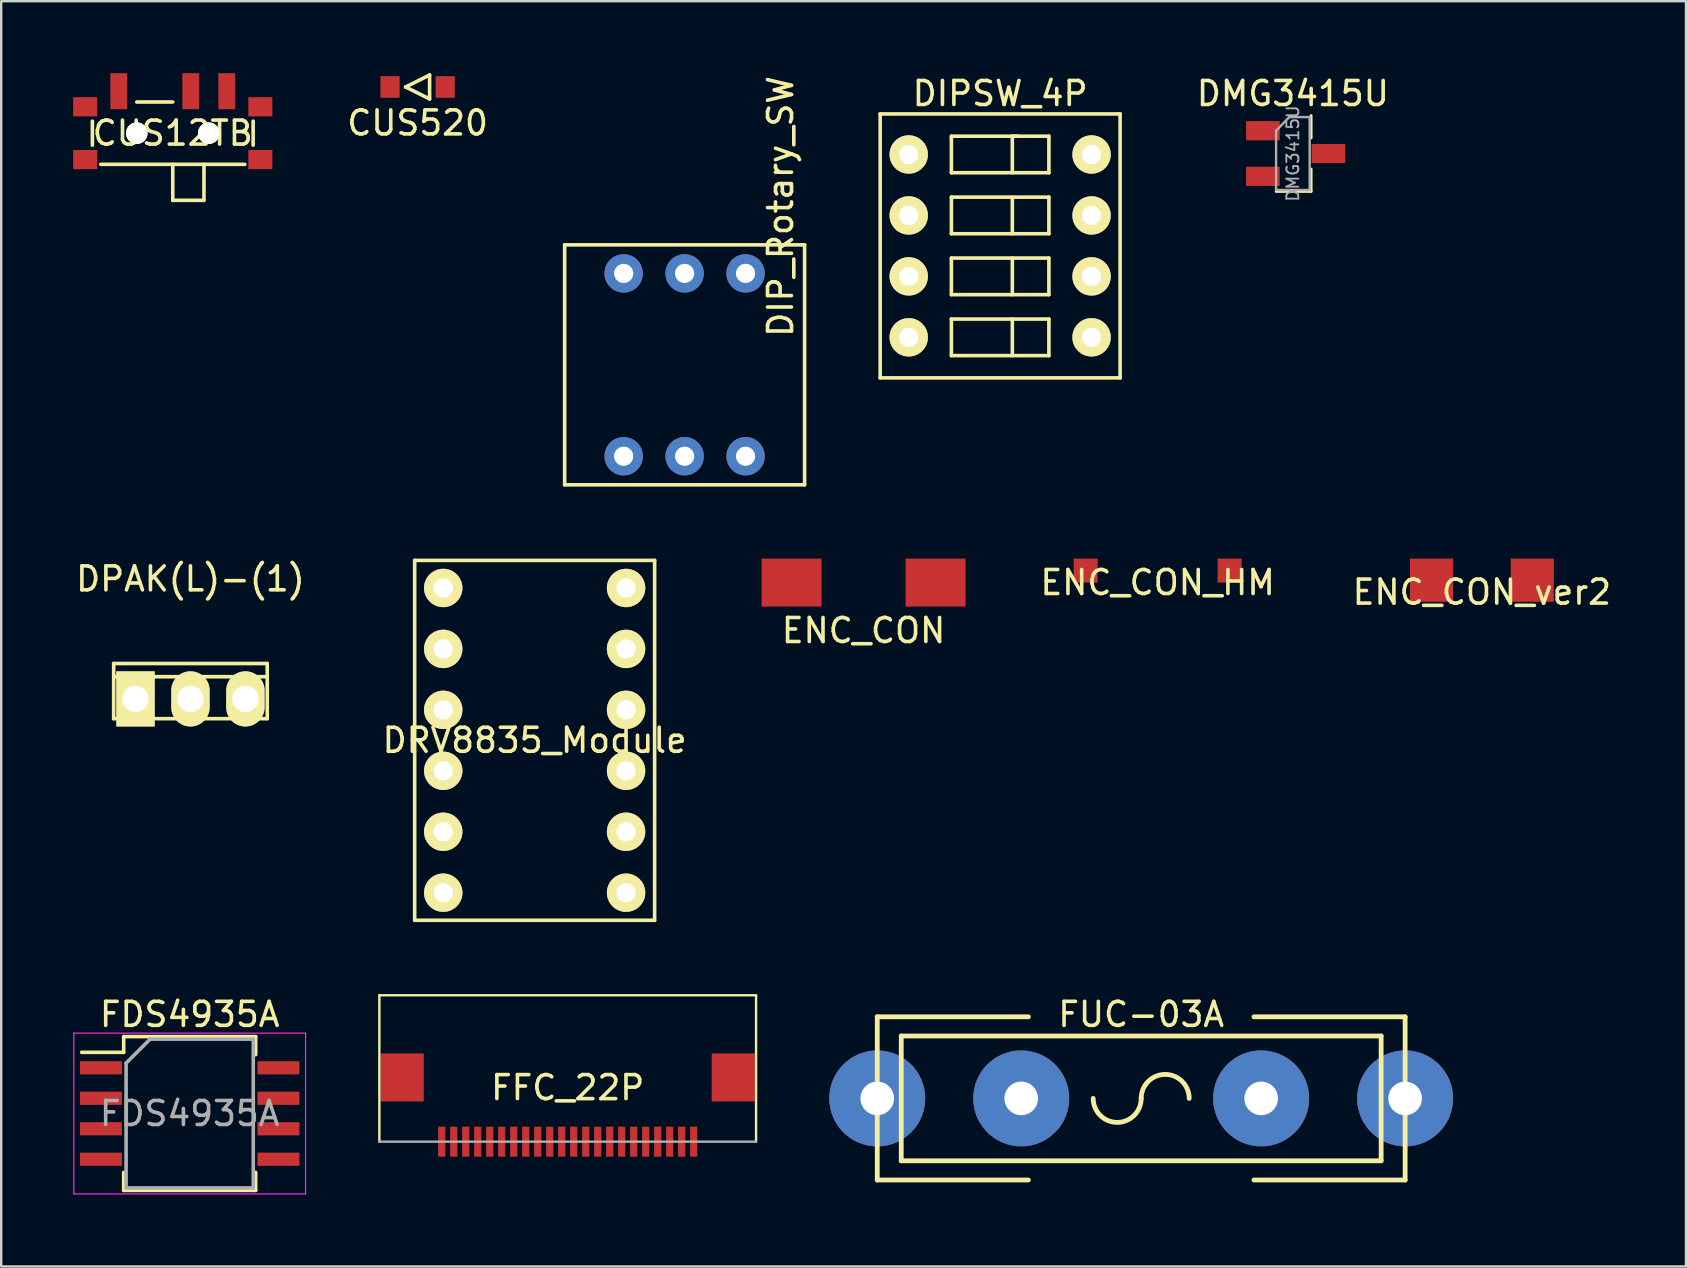
<source format=kicad_pcb>
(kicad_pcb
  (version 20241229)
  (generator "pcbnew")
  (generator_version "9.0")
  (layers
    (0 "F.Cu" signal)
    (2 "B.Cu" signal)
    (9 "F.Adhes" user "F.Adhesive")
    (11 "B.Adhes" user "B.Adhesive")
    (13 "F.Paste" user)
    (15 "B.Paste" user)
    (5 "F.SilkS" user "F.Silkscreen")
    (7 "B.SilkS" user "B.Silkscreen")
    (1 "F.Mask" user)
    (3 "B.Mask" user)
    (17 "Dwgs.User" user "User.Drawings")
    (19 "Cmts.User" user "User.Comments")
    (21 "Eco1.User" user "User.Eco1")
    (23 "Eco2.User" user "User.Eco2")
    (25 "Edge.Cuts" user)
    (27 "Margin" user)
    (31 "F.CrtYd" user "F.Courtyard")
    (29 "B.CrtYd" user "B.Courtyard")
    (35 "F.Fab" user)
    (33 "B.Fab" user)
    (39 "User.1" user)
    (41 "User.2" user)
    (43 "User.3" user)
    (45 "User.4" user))
  (footprint "DPAK(L)-(1)"
    (layer "F.Cu")
    (at 4.887 26.077)
    (property "Reference" "DPAK(L)-(1)" (at 0 -5 0) (layer "F.SilkS") (effects (font (size 1 1) (thickness 0.15))))
    (attr through_hole)
    (fp_line (start -3.2 -1.475) (end -3.2 0.825) (stroke (width 0.15) (type solid)) (layer "F.SilkS"))
    (fp_line (start -3.2 -1.475) (end 3.2 -1.475) (stroke (width 0.15) (type solid)) (layer "F.SilkS"))
    (fp_line (start -3.2 -0.925) (end 3.2 -0.925) (stroke (width 0.15) (type solid)) (layer "F.SilkS"))
    (fp_line (start -3.2 0.825) (end 3.2 0.825) (stroke (width 0.15) (type solid)) (layer "F.SilkS"))
    (fp_line (start 3.2 -1.475) (end 3.2 0.825) (stroke (width 0.15) (type solid)) (layer "F.SilkS"))
    (pad "1" thru_hole rect (at -2.29 0) (size 1.6 2.3) (drill 1.1) (layers "*.Cu" "*.Mask" "F.SilkS"))
    (pad "2" thru_hole oval (at 0 0) (size 1.6 2.3) (drill 1.1) (layers "*.Cu" "*.Mask" "F.SilkS"))
    (pad "3" thru_hole oval (at 2.29 0) (size 1.6 2.3) (drill 1.1) (layers "*.Cu" "*.Mask" "F.SilkS")))
  (footprint "ENC_CON"
    (layer "F.Cu")
    (at 32.94 21.229)
    (property "Reference" "ENC_CON" (at 0 2 0) (layer "F.SilkS") (effects (font (size 1 1) (thickness 0.15))))
    (attr through_hole)
    (pad "1" smd rect (at -3 0) (size 2.5 2) (layers "F.Cu" "F.Mask" "F.Paste"))
    (pad "2" smd rect (at 3 0) (size 2.5 2) (layers "F.Cu" "F.Mask" "F.Paste")))
  (footprint "FDS4935A"
    (layer "F.Cu")
    (at 4.855 43.357)
    (property "Reference" "FDS4935A" (at 0 -4.13 0) (layer "F.SilkS") (effects (font (size 1 1) (thickness 0.15))))
    (attr smd)
    (fp_line (start -2.75 -3.205) (end -2.75 -2.55) (stroke (width 0.15) (type solid)) (layer "F.SilkS"))
    (fp_line (start -2.75 -3.205) (end 2.75 -3.205) (stroke (width 0.15) (type solid)) (layer "F.SilkS"))
    (fp_line (start -2.75 -2.55) (end -4.5 -2.55) (stroke (width 0.15) (type solid)) (layer "F.SilkS"))
    (fp_line (start -2.75 3.205) (end -2.75 2.455) (stroke (width 0.15) (type solid)) (layer "F.SilkS"))
    (fp_line (start -2.75 3.205) (end 2.75 3.205) (stroke (width 0.15) (type solid)) (layer "F.SilkS"))
    (fp_line (start 2.75 -3.205) (end 2.75 -2.455) (stroke (width 0.15) (type solid)) (layer "F.SilkS"))
    (fp_line (start 2.75 3.205) (end 2.75 2.455) (stroke (width 0.15) (type solid)) (layer "F.SilkS"))
    (fp_line (start -4.83 -3.35) (end -4.83 3.35) (stroke (width 0.05) (type solid)) (layer "F.CrtYd"))
    (fp_line (start -4.83 -3.35) (end 4.83 -3.35) (stroke (width 0.05) (type solid)) (layer "F.CrtYd"))
    (fp_line (start -4.83 3.35) (end 4.83 3.35) (stroke (width 0.05) (type solid)) (layer "F.CrtYd"))
    (fp_line (start 4.83 -3.35) (end 4.83 3.35) (stroke (width 0.05) (type solid)) (layer "F.CrtYd"))
    (fp_line (start -2.65 -2.1) (end -1.65 -3.1) (stroke (width 0.15) (type solid)) (layer "F.Fab"))
    (fp_line (start -2.65 3.1) (end -2.65 -2.1) (stroke (width 0.15) (type solid)) (layer "F.Fab"))
    (fp_line (start -1.65 -3.1) (end 2.65 -3.1) (stroke (width 0.15) (type solid)) (layer "F.Fab"))
    (fp_line (start 2.65 -3.1) (end 2.65 3.1) (stroke (width 0.15) (type solid)) (layer "F.Fab"))
    (fp_line (start 2.65 3.1) (end -2.65 3.1) (stroke (width 0.15) (type solid)) (layer "F.Fab"))
    (fp_text user "${REFERENCE}" (at 0 0 0) (layer "F.Fab") (effects (font (size 1 1) (thickness 0.15))))
    (pad "1" smd rect (at -3.7 -1.905) (size 1.75 0.55) (layers "F.Cu" "F.Mask" "F.Paste"))
    (pad "2" smd rect (at -3.7 -0.635) (size 1.75 0.55) (layers "F.Cu" "F.Mask" "F.Paste"))
    (pad "3" smd rect (at -3.7 0.635) (size 1.75 0.55) (layers "F.Cu" "F.Mask" "F.Paste"))
    (pad "4" smd rect (at -3.7 1.905) (size 1.75 0.55) (layers "F.Cu" "F.Mask" "F.Paste"))
    (pad "5" smd rect (at 3.7 1.905) (size 1.75 0.55) (layers "F.Cu" "F.Mask" "F.Paste"))
    (pad "6" smd rect (at 3.7 0.635) (size 1.75 0.55) (layers "F.Cu" "F.Mask" "F.Paste"))
    (pad "7" smd rect (at 3.7 -0.635) (size 1.75 0.55) (layers "F.Cu" "F.Mask" "F.Paste"))
    (pad "8" smd rect (at 3.7 -1.905) (size 1.75 0.55) (layers "F.Cu" "F.Mask" "F.Paste")))
  (footprint "DRV8835_Module"
    (layer "F.Cu")
    (at 19.232 27.804)
    (property "Reference" "DRV8835_Module" (at 0 0 0) (layer "F.SilkS") (effects (font (size 1 1) (thickness 0.15))))
    (attr through_hole)
    (fp_line (start -5 -7.5) (end 5 -7.5) (stroke (width 0.15) (type solid)) (layer "F.SilkS"))
    (fp_line (start -5 7.5) (end -5 -7.5) (stroke (width 0.15) (type solid)) (layer "F.SilkS"))
    (fp_line (start 5 -7.5) (end 5 7.5) (stroke (width 0.15) (type solid)) (layer "F.SilkS"))
    (fp_line (start 5 7.5) (end -5 7.5) (stroke (width 0.15) (type solid)) (layer "F.SilkS"))
    (pad "1" thru_hole circle (at -3.81 -6.35) (size 1.6 1.6) (drill 0.8) (layers "*.Cu" "*.Mask" "F.SilkS"))
    (pad "2" thru_hole circle (at -3.81 -3.81) (size 1.6 1.6) (drill 0.8) (layers "*.Cu" "*.Mask" "F.SilkS"))
    (pad "3" thru_hole circle (at -3.81 -1.27) (size 1.6 1.6) (drill 0.8) (layers "*.Cu" "*.Mask" "F.SilkS"))
    (pad "4" thru_hole circle (at -3.81 1.27) (size 1.6 1.6) (drill 0.8) (layers "*.Cu" "*.Mask" "F.SilkS"))
    (pad "5" thru_hole circle (at -3.81 3.81) (size 1.6 1.6) (drill 0.8) (layers "*.Cu" "*.Mask" "F.SilkS"))
    (pad "6" thru_hole circle (at -3.81 6.35) (size 1.6 1.6) (drill 0.8) (layers "*.Cu" "*.Mask" "F.SilkS"))
    (pad "7" thru_hole circle (at 3.81 6.35) (size 1.6 1.6) (drill 0.8) (layers "*.Cu" "*.Mask" "F.SilkS"))
    (pad "8" thru_hole circle (at 3.81 3.81) (size 1.6 1.6) (drill 0.8) (layers "*.Cu" "*.Mask" "F.SilkS"))
    (pad "9" thru_hole circle (at 3.81 1.27) (size 1.6 1.6) (drill 0.8) (layers "*.Cu" "*.Mask" "F.SilkS"))
    (pad "10" thru_hole circle (at 3.81 -1.27) (size 1.6 1.6) (drill 0.8) (layers "*.Cu" "*.Mask" "F.SilkS"))
    (pad "11" thru_hole circle (at 3.81 -3.81) (size 1.6 1.6) (drill 0.8) (layers "*.Cu" "*.Mask" "F.SilkS"))
    (pad "12" thru_hole circle (at 3.81 -6.35) (size 1.6 1.6) (drill 0.8) (layers "*.Cu" "*.Mask" "F.SilkS")))
  (footprint "CUS520"
    (layer "F.Cu")
    (at 14.354 0.575)
    (property "Reference" "CUS520" (at 0 1.5 0) (layer "F.SilkS") (effects (font (size 1 1) (thickness 0.15))))
    (attr through_hole)
    (fp_line (start -0.5 0) (end 0.5 -0.5) (stroke (width 0.15) (type solid)) (layer "F.SilkS"))
    (fp_line (start 0.5 -0.5) (end 0.5 0.5) (stroke (width 0.15) (type solid)) (layer "F.SilkS"))
    (fp_line (start 0.5 0.5) (end -0.5 0) (stroke (width 0.15) (type solid)) (layer "F.SilkS"))
    (pad "1" smd rect (at -1.15 0) (size 0.8 0.9) (layers "F.Cu" "F.Mask" "F.Paste"))
    (pad "2" smd rect (at 1.15 0) (size 0.8 0.9) (layers "F.Cu" "F.Mask" "F.Paste")))
  (footprint "DMG3415U"
    (layer "F.Cu")
    (at 50.832 3.348)
    (property "Reference" "DMG3415U" (at 0 -2.5 0) (layer "F.SilkS") (effects (font (size 1 1) (thickness 0.15))))
    (attr smd)
    (fp_line (start 0.76 -1.58) (end 0.76 -0.65) (stroke (width 0.12) (type solid)) (layer "F.SilkS"))
    (fp_line (start 0.76 1.58) (end -0.7 1.58) (stroke (width 0.12) (type solid)) (layer "F.SilkS"))
    (fp_line (start 0.76 1.58) (end 0.76 0.65) (stroke (width 0.12) (type solid)) (layer "F.SilkS"))
    (fp_line (start -0.7 -0.95) (end -0.7 1.5) (stroke (width 0.1) (type solid)) (layer "F.Fab"))
    (fp_line (start -0.7 -0.95) (end -0.15 -1.52) (stroke (width 0.1) (type solid)) (layer "F.Fab"))
    (fp_line (start -0.7 1.52) (end 0.7 1.52) (stroke (width 0.1) (type solid)) (layer "F.Fab"))
    (fp_line (start -0.15 -1.52) (end 0.7 -1.52) (stroke (width 0.1) (type solid)) (layer "F.Fab"))
    (fp_line (start 0.7 -1.52) (end 0.7 1.52) (stroke (width 0.1) (type solid)) (layer "F.Fab"))
    (fp_text user "${REFERENCE}" (at 0 0 90) (layer "F.Fab") (effects (font (size 0.5 0.5) (thickness 0.075))))
    (pad "1" smd rect (at 1.48 0) (size 1.4 0.8) (layers "F.Cu" "F.Mask" "F.Paste"))
    (pad "2" smd rect (at -1.25 -0.95) (size 1.4 0.8) (layers "F.Cu" "F.Mask" "F.Paste"))
    (pad "3" smd rect (at -1.25 0.95) (size 1.4 0.8) (layers "F.Cu" "F.Mask" "F.Paste")))
  (footprint "FFC_22P"
    (layer "F.Cu")
    (at 20.61 44.529)
    (property "Reference" "FFC_22P" (at 0 -2.25 0) (layer "F.SilkS") (effects (font (size 1 1) (thickness 0.15))))
    (attr through_hole)
    (fp_line (start -7.85 -6.1) (end 7.85 -6.1) (stroke (width 0.1) (type solid)) (layer "F.SilkS"))
    (fp_line (start -7.85 0) (end -7.85 -6.1) (stroke (width 0.1) (type solid)) (layer "F.SilkS"))
    (fp_line (start 7.85 0) (end 7.85 -6.1) (stroke (width 0.1) (type solid)) (layer "F.SilkS"))
    (fp_line (start -7.85 0) (end 7.85 0) (stroke (width 0.1) (type solid)) (layer "F.Fab"))
    (pad "1" smd rect (at -5.25 0) (size 0.3 1.25) (layers "F.Cu" "F.Mask" "F.Paste"))
    (pad "2" smd rect (at -4.75 0) (size 0.3 1.25) (layers "F.Cu" "F.Mask" "F.Paste"))
    (pad "3" smd rect (at -4.25 0) (size 0.3 1.25) (layers "F.Cu" "F.Mask" "F.Paste"))
    (pad "4" smd rect (at -3.75 0) (size 0.3 1.25) (layers "F.Cu" "F.Mask" "F.Paste"))
    (pad "5" smd rect (at -3.25 0) (size 0.3 1.25) (layers "F.Cu" "F.Mask" "F.Paste"))
    (pad "6" smd rect (at -2.75 0) (size 0.3 1.25) (layers "F.Cu" "F.Mask" "F.Paste"))
    (pad "7" smd rect (at -2.25 0) (size 0.3 1.25) (layers "F.Cu" "F.Mask" "F.Paste"))
    (pad "8" smd rect (at -1.75 0) (size 0.3 1.25) (layers "F.Cu" "F.Mask" "F.Paste"))
    (pad "9" smd rect (at -1.25 0) (size 0.3 1.25) (layers "F.Cu" "F.Mask" "F.Paste"))
    (pad "10" smd rect (at -0.75 0) (size 0.3 1.25) (layers "F.Cu" "F.Mask" "F.Paste"))
    (pad "11" smd rect (at -0.25 0) (size 0.3 1.25) (layers "F.Cu" "F.Mask" "F.Paste"))
    (pad "12" smd rect (at 0.25 0) (size 0.3 1.25) (layers "F.Cu" "F.Mask" "F.Paste"))
    (pad "13" smd rect (at 0.75 0) (size 0.3 1.25) (layers "F.Cu" "F.Mask" "F.Paste"))
    (pad "14" smd rect (at 1.25 0) (size 0.3 1.25) (layers "F.Cu" "F.Mask" "F.Paste"))
    (pad "15" smd rect (at 1.75 0) (size 0.3 1.25) (layers "F.Cu" "F.Mask" "F.Paste"))
    (pad "16" smd rect (at 2.25 0) (size 0.3 1.25) (layers "F.Cu" "F.Mask" "F.Paste"))
    (pad "17" smd rect (at 2.75 0) (size 0.3 1.25) (layers "F.Cu" "F.Mask" "F.Paste"))
    (pad "18" smd rect (at 3.25 0) (size 0.3 1.25) (layers "F.Cu" "F.Mask" "F.Paste"))
    (pad "19" smd rect (at 3.75 0) (size 0.3 1.25) (layers "F.Cu" "F.Mask" "F.Paste"))
    (pad "20" smd rect (at 4.25 0) (size 0.3 1.25) (layers "F.Cu" "F.Mask" "F.Paste"))
    (pad "21" smd rect (at 4.75 0) (size 0.3 1.25) (layers "F.Cu" "F.Mask" "F.Paste"))
    (pad "22" smd rect (at 5.25 0) (size 0.3 1.25) (layers "F.Cu" "F.Mask" "F.Paste"))
    (pad "~" smd rect (at -6.9 -2.675) (size 1.8 2) (layers "F.Cu" "F.Mask" "F.Paste"))
    (pad "~" smd rect (at 6.9 -2.675) (size 1.8 2) (layers "F.Cu" "F.Mask" "F.Paste")))
  (footprint "CUS12TB"
    (layer "F.Cu")
    (at 4.15 2.5)
    (property "Reference" "CUS12TB" (at 0 0 0) (layer "F.SilkS") (effects (font (size 1 1) (thickness 0.15))))
    (attr through_hole)
    (fp_line (start -3.35 -0.5) (end -3.35 0.5) (stroke (width 0.15) (type solid)) (layer "F.SilkS"))
    (fp_line (start -3 1.3) (end 3 1.3) (stroke (width 0.15) (type solid)) (layer "F.SilkS"))
    (fp_line (start -1.5 -1.3) (end 0 -1.3) (stroke (width 0.15) (type solid)) (layer "F.SilkS"))
    (fp_line (start 0 1.3) (end 0 2.8) (stroke (width 0.15) (type solid)) (layer "F.SilkS"))
    (fp_line (start 0 2.8) (end 1.3 2.8) (stroke (width 0.15) (type solid)) (layer "F.SilkS"))
    (fp_line (start 1.3 2.8) (end 1.3 1.3) (stroke (width 0.15) (type solid)) (layer "F.SilkS"))
    (fp_line (start 3.35 -0.5) (end 3.35 0.5) (stroke (width 0.15) (type solid)) (layer "F.SilkS"))
    (pad "" np_thru_hole circle (at -1.5 0 180) (size 0.9 0.9) (drill 0.9) (layers "*.Cu" "*.Mask" "F.SilkS"))
    (pad "" np_thru_hole circle (at 1.5 0 180) (size 0.9 0.9) (drill 0.9) (layers "*.Cu" "*.Mask" "F.SilkS"))
    (pad "1" smd rect (at 2.25 -1.75 180) (size 0.7 1.5) (layers "F.Cu" "F.Mask" "F.Paste"))
    (pad "2" smd rect (at 0.75 -1.75) (size 0.7 1.5) (layers "F.Cu" "F.Mask" "F.Paste"))
    (pad "3" smd rect (at -2.25 -1.75) (size 0.7 1.5) (layers "F.Cu" "F.Mask" "F.Paste"))
    (pad "~" smd rect (at -3.65 -1.1) (size 1 0.8) (layers "F.Cu" "F.Mask" "F.Paste"))
    (pad "~" smd rect (at -3.65 1.1) (size 1 0.8) (layers "F.Cu" "F.Mask" "F.Paste"))
    (pad "~" smd rect (at 3.65 -1.1) (size 1 0.8) (layers "F.Cu" "F.Mask" "F.Paste"))
    (pad "~" smd rect (at 3.65 1.1) (size 1 0.8) (layers "F.Cu" "F.Mask" "F.Paste")))
  (footprint "ENC_CON_ver2"
    (layer "F.Cu")
    (at 58.708 21.129)
    (property "Reference" "ENC_CON_ver2" (at 0 0.5 0) (layer "F.SilkS") (effects (font (size 1 1) (thickness 0.15))))
    (attr through_hole)
    (pad "1" smd rect (at -2.1 0) (size 1.8 1.8) (layers "F.Cu" "F.Mask" "F.Paste"))
    (pad "2" smd rect (at 2.1 0) (size 1.8 1.8) (layers "F.Cu" "F.Mask" "F.Paste")))
  (footprint "FUC-03A"
    (layer "F.Cu")
    (at 44.51 42.727)
    (property "Reference" "FUC-03A" (at 0 -3.5 0) (layer "F.SilkS") (effects (font (size 1 1) (thickness 0.15))))
    (attr through_hole)
    (fp_line (start -11 -3.4) (end -11 3.4) (stroke (width 0.2) (type solid)) (layer "F.SilkS"))
    (fp_line (start -11 3.4) (end -4.7 3.4) (stroke (width 0.2) (type solid)) (layer "F.SilkS"))
    (fp_line (start -10 -2.6) (end -10 2.6) (stroke (width 0.2) (type solid)) (layer "F.SilkS"))
    (fp_line (start -10 2.6) (end 10 2.6) (stroke (width 0.2) (type solid)) (layer "F.SilkS"))
    (fp_line (start -4.7 -3.4) (end -11 -3.4) (stroke (width 0.2) (type solid)) (layer "F.SilkS"))
    (fp_line (start 4.7 -3.4) (end 11 -3.4) (stroke (width 0.2) (type solid)) (layer "F.SilkS"))
    (fp_line (start 10 -2.6) (end -10 -2.6) (stroke (width 0.2) (type solid)) (layer "F.SilkS"))
    (fp_line (start 10 2.6) (end 10 -2.6) (stroke (width 0.2) (type solid)) (layer "F.SilkS"))
    (fp_line (start 11 -3.4) (end 11 3.4) (stroke (width 0.2) (type solid)) (layer "F.SilkS"))
    (fp_line (start 11 3.4) (end 4.7 3.4) (stroke (width 0.2) (type solid)) (layer "F.SilkS"))
    (fp_arc (start 0 0) (mid -1 1) (end -2 0) (stroke (width 0.2) (type solid)) (layer "F.SilkS"))
    (fp_arc (start 0 0) (mid 1 -1) (end 2 0) (stroke (width 0.2) (type solid)) (layer "F.SilkS"))
    (pad "1" thru_hole circle (at -11 0) (size 4 4) (drill 1.4) (layers "*.Cu" "*.Mask"))
    (pad "1" thru_hole circle (at -5 0 90) (size 4 4) (drill 1.4) (layers "*.Cu" "*.Mask"))
    (pad "2" thru_hole circle (at 5 0) (size 4 4) (drill 1.4) (layers "*.Cu" "*.Mask"))
    (pad "2" thru_hole circle (at 11 0) (size 4 4) (drill 1.4) (layers "*.Cu" "*.Mask")))
  (footprint "DIPSW_4P"
    (layer "F.Cu")
    (at 38.632 7.198)
    (property "Reference" "DIPSW_4P" (at 0 -6.35 0) (layer "F.SilkS") (effects (font (size 1 1) (thickness 0.15))))
    (attr through_hole)
    (fp_line (start -5 -5.5) (end -5 5.5) (stroke (width 0.15) (type solid)) (layer "F.SilkS"))
    (fp_line (start -5 5.5) (end 5 5.5) (stroke (width 0.15) (type solid)) (layer "F.SilkS"))
    (fp_line (start -2.032 -4.572) (end -2.032 -3.048) (stroke (width 0.15) (type solid)) (layer "F.SilkS"))
    (fp_line (start -2.032 -3.048) (end 2.032 -3.048) (stroke (width 0.15) (type solid)) (layer "F.SilkS"))
    (fp_line (start -2.032 -2.032) (end -2.032 -0.508) (stroke (width 0.15) (type solid)) (layer "F.SilkS"))
    (fp_line (start -2.032 -0.508) (end 2.032 -0.508) (stroke (width 0.15) (type solid)) (layer "F.SilkS"))
    (fp_line (start -2.032 0.508) (end -2.032 2.032) (stroke (width 0.15) (type solid)) (layer "F.SilkS"))
    (fp_line (start -2.032 2.032) (end 2.032 2.032) (stroke (width 0.15) (type solid)) (layer "F.SilkS"))
    (fp_line (start -2.032 3.048) (end -2.032 4.572) (stroke (width 0.15) (type solid)) (layer "F.SilkS"))
    (fp_line (start -2.032 4.572) (end 2.032 4.572) (stroke (width 0.15) (type solid)) (layer "F.SilkS"))
    (fp_line (start 0.508 -4.572) (end 0.508 -3.048) (stroke (width 0.15) (type solid)) (layer "F.SilkS"))
    (fp_line (start 0.508 -2.032) (end 0.508 -0.508) (stroke (width 0.15) (type solid)) (layer "F.SilkS"))
    (fp_line (start 0.508 0.508) (end 0.508 2.032) (stroke (width 0.15) (type solid)) (layer "F.SilkS"))
    (fp_line (start 0.508 3.048) (end 0.508 4.572) (stroke (width 0.15) (type solid)) (layer "F.SilkS"))
    (fp_line (start 0.762 -4.572) (end 0.508 -4.572) (stroke (width 0.15) (type solid)) (layer "F.SilkS"))
    (fp_line (start 2.032 -4.572) (end -2.032 -4.572) (stroke (width 0.15) (type solid)) (layer "F.SilkS"))
    (fp_line (start 2.032 -3.048) (end 2.032 -4.572) (stroke (width 0.15) (type solid)) (layer "F.SilkS"))
    (fp_line (start 2.032 -2.032) (end -2.032 -2.032) (stroke (width 0.15) (type solid)) (layer "F.SilkS"))
    (fp_line (start 2.032 -0.508) (end 2.032 -2.032) (stroke (width 0.15) (type solid)) (layer "F.SilkS"))
    (fp_line (start 2.032 0.508) (end -2.032 0.508) (stroke (width 0.15) (type solid)) (layer "F.SilkS"))
    (fp_line (start 2.032 2.032) (end 2.032 0.508) (stroke (width 0.15) (type solid)) (layer "F.SilkS"))
    (fp_line (start 2.032 3.048) (end -2.032 3.048) (stroke (width 0.15) (type solid)) (layer "F.SilkS"))
    (fp_line (start 2.032 4.572) (end 2.032 3.048) (stroke (width 0.15) (type solid)) (layer "F.SilkS"))
    (fp_line (start 5 -5.5) (end -5 -5.5) (stroke (width 0.15) (type solid)) (layer "F.SilkS"))
    (fp_line (start 5 -5.5) (end 5 5.5) (stroke (width 0.15) (type solid)) (layer "F.SilkS"))
    (pad "1" thru_hole circle (at -3.81 3.81) (size 1.6 1.6) (drill 0.8) (layers "*.Cu" "*.Mask" "F.SilkS"))
    (pad "2" thru_hole circle (at 3.81 3.81) (size 1.6 1.6) (drill 0.8) (layers "*.Cu" "*.Mask" "F.SilkS"))
    (pad "3" thru_hole circle (at -3.81 1.27) (size 1.6 1.6) (drill 0.8) (layers "*.Cu" "*.Mask" "F.SilkS"))
    (pad "4" thru_hole circle (at 3.81 1.27) (size 1.6 1.6) (drill 0.8) (layers "*.Cu" "*.Mask" "F.SilkS"))
    (pad "5" thru_hole circle (at -3.81 -1.27) (size 1.6 1.6) (drill 0.8) (layers "*.Cu" "*.Mask" "F.SilkS"))
    (pad "6" thru_hole circle (at 3.81 -1.27) (size 1.6 1.6) (drill 0.8) (layers "*.Cu" "*.Mask" "F.SilkS"))
    (pad "7" thru_hole circle (at -3.81 -3.81) (size 1.6 1.6) (drill 0.8) (layers "*.Cu" "*.Mask" "F.SilkS"))
    (pad "8" thru_hole circle (at 3.81 -3.81) (size 1.6 1.6) (drill 0.8) (layers "*.Cu" "*.Mask" "F.SilkS")))
  (footprint "DIP_Rotary_SW"
    (layer "F.Cu")
    (at 25.482 12.154)
    (property "Reference" "DIP_Rotary_SW" (at 4 -6.6 270) (layer "F.SilkS") (effects (font (size 1 1) (thickness 0.15))))
    (attr through_hole)
    (fp_line (start -5 -5) (end 5 -5) (stroke (width 0.15) (type solid)) (layer "F.SilkS"))
    (fp_line (start -5 5) (end -5 -5) (stroke (width 0.15) (type solid)) (layer "F.SilkS"))
    (fp_line (start 5 -5) (end 5 5) (stroke (width 0.15) (type solid)) (layer "F.SilkS"))
    (fp_line (start 5 5) (end -5 5) (stroke (width 0.15) (type solid)) (layer "F.SilkS"))
    (pad "1" thru_hole circle (at 2.54 -3.81) (size 1.6 1.6) (drill 0.8) (layers "*.Cu" "*.Mask"))
    (pad "2" thru_hole circle (at -2.54 3.81) (size 1.6 1.6) (drill 0.8) (layers "*.Cu" "*.Mask"))
    (pad "4" thru_hole circle (at -2.54 -3.81) (size 1.6 1.6) (drill 0.8) (layers "*.Cu" "*.Mask"))
    (pad "8" thru_hole circle (at 2.54 3.81) (size 1.6 1.6) (drill 0.8) (layers "*.Cu" "*.Mask"))
    (pad "C" thru_hole circle (at 0 -3.81) (size 1.6 1.6) (drill 0.8) (layers "*.Cu" "*.Mask"))
    (pad "C" thru_hole circle (at 0 3.81) (size 1.6 1.6) (drill 0.8) (layers "*.Cu" "*.Mask")))
  (footprint "ENC_CON_HM"
    (layer "F.Cu")
    (at 45.196 20.729)
    (property "Reference" "ENC_CON_HM" (at 0 0.5 0) (layer "F.SilkS") (effects (font (size 1 1) (thickness 0.15))))
    (attr through_hole)
    (pad "1" smd rect (at -3 0) (size 1 1) (layers "F.Cu" "F.Mask" "F.Paste"))
    (pad "2" smd rect (at 3 0) (size 1 1) (layers "F.Cu" "F.Mask" "F.Paste")))
  (gr_rect
    (start -3 -3)
    (end 67.214 49.732)
    (stroke (width 0.1) (type default))
    (fill no)
    (layer "Edge.Cuts")))
</source>
